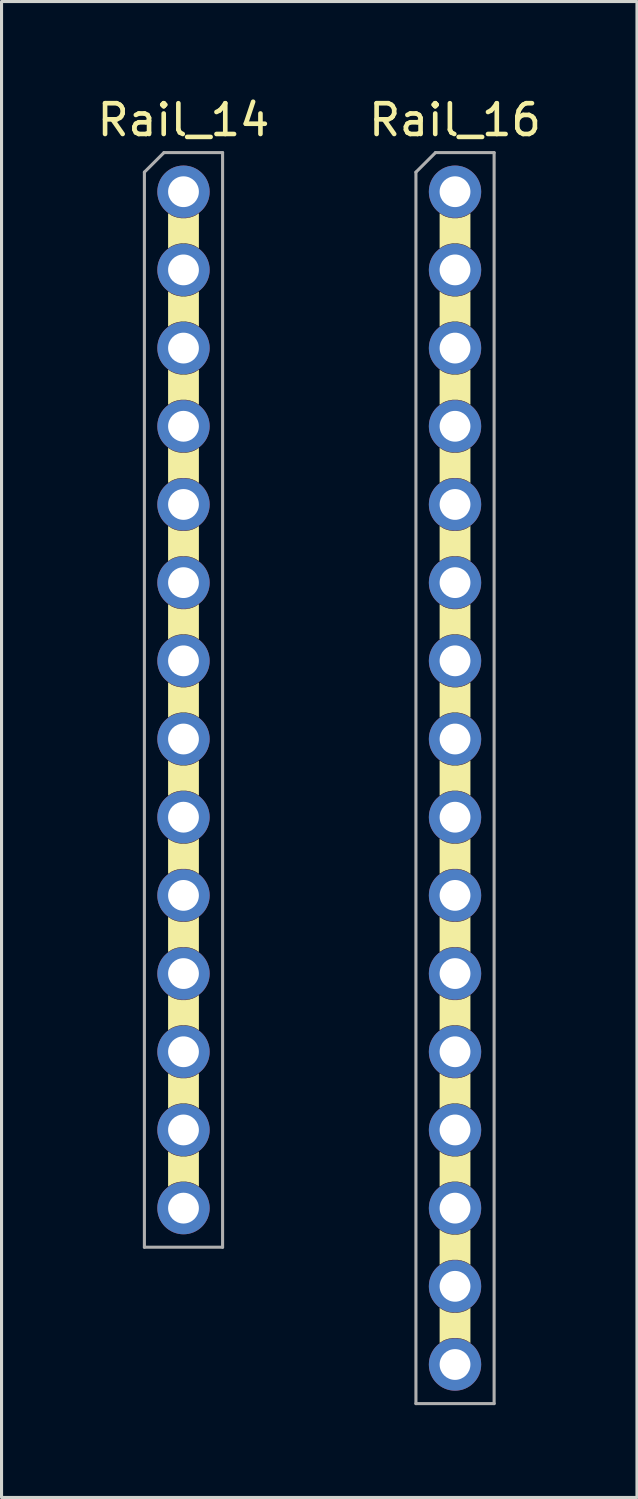
<source format=kicad_pcb>
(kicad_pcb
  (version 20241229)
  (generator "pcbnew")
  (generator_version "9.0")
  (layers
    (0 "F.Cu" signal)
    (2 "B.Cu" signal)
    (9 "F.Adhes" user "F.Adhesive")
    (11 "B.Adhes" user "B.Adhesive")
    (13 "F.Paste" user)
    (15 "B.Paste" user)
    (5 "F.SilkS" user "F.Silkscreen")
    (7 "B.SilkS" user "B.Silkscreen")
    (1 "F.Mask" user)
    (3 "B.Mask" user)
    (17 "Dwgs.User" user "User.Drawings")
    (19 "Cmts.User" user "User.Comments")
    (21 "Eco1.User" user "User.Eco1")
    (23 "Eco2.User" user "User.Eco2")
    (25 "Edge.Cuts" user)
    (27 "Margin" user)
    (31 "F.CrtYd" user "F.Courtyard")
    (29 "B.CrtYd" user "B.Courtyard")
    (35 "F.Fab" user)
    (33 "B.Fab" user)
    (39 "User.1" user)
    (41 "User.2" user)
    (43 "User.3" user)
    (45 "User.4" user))
  (footprint "Rail_14"
    (layer "F.Cu")
    (at 2.911 3.178)
    (property "Reference" "Rail_14" (at 0 -2.33 0) (layer "F.SilkS") (effects (font (size 1 1) (thickness 0.15))))
    (attr through_hole)
    (fp_poly (pts (xy 0.5 1.84) (xy 0.39 1.77) (xy 0.3 1.73) (xy 0.2 1.7) (xy 0.08 1.68) (xy 0 1.68) (xy -0.08 1.68) (xy -0.2 1.7) (xy -0.3 1.73) (xy -0.39 1.77) (xy -0.5 1.84) (xy -0.5 0.7) (xy -0.39 0.77) (xy -0.3 0.81) (xy -0.2 0.84) (xy -0.08 0.86) (xy 0 0.86) (xy 0.08 0.86) (xy 0.2 0.84) (xy 0.3 0.81) (xy 0.39 0.77) (xy 0.5 0.7)) (stroke (width 0) (type solid)) (fill yes) (layer "F.SilkS"))
    (fp_poly (pts (xy 0.5 4.38) (xy 0.39 4.31) (xy 0.3 4.27) (xy 0.2 4.24) (xy 0.08 4.22) (xy 0 4.22) (xy -0.08 4.22) (xy -0.2 4.24) (xy -0.3 4.27) (xy -0.39 4.31) (xy -0.5 4.38) (xy -0.5 3.24) (xy -0.39 3.31) (xy -0.3 3.35) (xy -0.2 3.38) (xy -0.08 3.4) (xy 0 3.4) (xy 0.08 3.4) (xy 0.2 3.38) (xy 0.3 3.35) (xy 0.39 3.31) (xy 0.5 3.24)) (stroke (width 0) (type solid)) (fill yes) (layer "F.SilkS"))
    (fp_poly (pts (xy 0.5 6.92) (xy 0.39 6.85) (xy 0.3 6.81) (xy 0.2 6.78) (xy 0.08 6.76) (xy 0 6.76) (xy -0.08 6.76) (xy -0.2 6.78) (xy -0.3 6.81) (xy -0.39 6.85) (xy -0.5 6.92) (xy -0.5 5.78) (xy -0.39 5.85) (xy -0.3 5.89) (xy -0.2 5.92) (xy -0.08 5.94) (xy 0 5.94) (xy 0.08 5.94) (xy 0.2 5.92) (xy 0.3 5.89) (xy 0.39 5.85) (xy 0.5 5.78)) (stroke (width 0) (type solid)) (fill yes) (layer "F.SilkS"))
    (fp_poly (pts (xy 0.5 9.46) (xy 0.39 9.39) (xy 0.3 9.35) (xy 0.2 9.32) (xy 0.08 9.3) (xy 0 9.3) (xy -0.08 9.3) (xy -0.2 9.32) (xy -0.3 9.35) (xy -0.39 9.39) (xy -0.5 9.46) (xy -0.5 8.32) (xy -0.39 8.39) (xy -0.3 8.43) (xy -0.2 8.46) (xy -0.08 8.48) (xy 0 8.48) (xy 0.08 8.48) (xy 0.2 8.46) (xy 0.3 8.43) (xy 0.39 8.39) (xy 0.5 8.32)) (stroke (width 0) (type solid)) (fill yes) (layer "F.SilkS"))
    (fp_poly (pts (xy 0.5 12) (xy 0.39 11.93) (xy 0.3 11.89) (xy 0.2 11.86) (xy 0.08 11.84) (xy 0 11.84) (xy -0.08 11.84) (xy -0.2 11.86) (xy -0.3 11.89) (xy -0.39 11.93) (xy -0.5 12) (xy -0.5 10.86) (xy -0.39 10.93) (xy -0.3 10.97) (xy -0.2 11) (xy -0.08 11.02) (xy 0 11.02) (xy 0.08 11.02) (xy 0.2 11) (xy 0.3 10.97) (xy 0.39 10.93) (xy 0.5 10.86)) (stroke (width 0) (type solid)) (fill yes) (layer "F.SilkS"))
    (fp_poly (pts (xy 0.5 14.54) (xy 0.39 14.47) (xy 0.3 14.43) (xy 0.2 14.4) (xy 0.08 14.38) (xy 0 14.38) (xy -0.08 14.38) (xy -0.2 14.4) (xy -0.3 14.43) (xy -0.39 14.47) (xy -0.5 14.54) (xy -0.5 13.4) (xy -0.39 13.47) (xy -0.3 13.51) (xy -0.2 13.54) (xy -0.08 13.56) (xy 0 13.56) (xy 0.08 13.56) (xy 0.2 13.54) (xy 0.3 13.51) (xy 0.39 13.47) (xy 0.5 13.4)) (stroke (width 0) (type solid)) (fill yes) (layer "F.SilkS"))
    (fp_poly (pts (xy 0.5 17.08) (xy 0.39 17.01) (xy 0.3 16.97) (xy 0.2 16.94) (xy 0.08 16.92) (xy 0 16.92) (xy -0.08 16.92) (xy -0.2 16.94) (xy -0.3 16.97) (xy -0.39 17.01) (xy -0.5 17.08) (xy -0.5 15.94) (xy -0.39 16.01) (xy -0.3 16.05) (xy -0.2 16.08) (xy -0.08 16.1) (xy 0 16.1) (xy 0.08 16.1) (xy 0.2 16.08) (xy 0.3 16.05) (xy 0.39 16.01) (xy 0.5 15.94)) (stroke (width 0) (type solid)) (fill yes) (layer "F.SilkS"))
    (fp_poly (pts (xy 0.5 19.62) (xy 0.39 19.55) (xy 0.3 19.51) (xy 0.2 19.48) (xy 0.08 19.46) (xy 0 19.46) (xy -0.08 19.46) (xy -0.2 19.48) (xy -0.3 19.51) (xy -0.39 19.55) (xy -0.5 19.62) (xy -0.5 18.48) (xy -0.39 18.55) (xy -0.3 18.59) (xy -0.2 18.62) (xy -0.08 18.64) (xy 0 18.64) (xy 0.08 18.64) (xy 0.2 18.62) (xy 0.3 18.59) (xy 0.39 18.55) (xy 0.5 18.48)) (stroke (width 0) (type solid)) (fill yes) (layer "F.SilkS"))
    (fp_poly (pts (xy 0.5 22.16) (xy 0.39 22.09) (xy 0.3 22.05) (xy 0.2 22.02) (xy 0.08 22) (xy 0 22) (xy -0.08 22) (xy -0.2 22.02) (xy -0.3 22.05) (xy -0.39 22.09) (xy -0.5 22.16) (xy -0.5 21.02) (xy -0.39 21.09) (xy -0.3 21.13) (xy -0.2 21.16) (xy -0.08 21.18) (xy 0 21.18) (xy 0.08 21.18) (xy 0.2 21.16) (xy 0.3 21.13) (xy 0.39 21.09) (xy 0.5 21.02)) (stroke (width 0) (type solid)) (fill yes) (layer "F.SilkS"))
    (fp_poly (pts (xy 0.5 24.7) (xy 0.39 24.63) (xy 0.3 24.59) (xy 0.2 24.56) (xy 0.08 24.54) (xy 0 24.54) (xy -0.08 24.54) (xy -0.2 24.56) (xy -0.3 24.59) (xy -0.39 24.63) (xy -0.5 24.7) (xy -0.5 23.56) (xy -0.39 23.63) (xy -0.3 23.67) (xy -0.2 23.7) (xy -0.08 23.72) (xy 0 23.72) (xy 0.08 23.72) (xy 0.2 23.7) (xy 0.3 23.67) (xy 0.39 23.63) (xy 0.5 23.56)) (stroke (width 0) (type solid)) (fill yes) (layer "F.SilkS"))
    (fp_poly (pts (xy 0.5 27.24) (xy 0.39 27.17) (xy 0.3 27.13) (xy 0.2 27.1) (xy 0.08 27.08) (xy 0 27.08) (xy -0.08 27.08) (xy -0.2 27.1) (xy -0.3 27.13) (xy -0.39 27.17) (xy -0.5 27.24) (xy -0.5 26.1) (xy -0.39 26.17) (xy -0.3 26.21) (xy -0.2 26.24) (xy -0.08 26.26) (xy 0 26.26) (xy 0.08 26.26) (xy 0.2 26.24) (xy 0.3 26.21) (xy 0.39 26.17) (xy 0.5 26.1)) (stroke (width 0) (type solid)) (fill yes) (layer "F.SilkS"))
    (fp_poly (pts (xy 0.5 29.78) (xy 0.39 29.71) (xy 0.3 29.67) (xy 0.2 29.64) (xy 0.08 29.62) (xy 0 29.62) (xy -0.08 29.62) (xy -0.2 29.64) (xy -0.3 29.67) (xy -0.39 29.71) (xy -0.5 29.78) (xy -0.5 28.64) (xy -0.39 28.71) (xy -0.3 28.75) (xy -0.2 28.78) (xy -0.08 28.8) (xy 0 28.8) (xy 0.08 28.8) (xy 0.2 28.78) (xy 0.3 28.75) (xy 0.39 28.71) (xy 0.5 28.64)) (stroke (width 0) (type solid)) (fill yes) (layer "F.SilkS"))
    (fp_poly (pts (xy 0.5 32.32) (xy 0.39 32.25) (xy 0.3 32.21) (xy 0.2 32.18) (xy 0.08 32.16) (xy 0 32.16) (xy -0.08 32.16) (xy -0.2 32.18) (xy -0.3 32.21) (xy -0.39 32.25) (xy -0.5 32.32) (xy -0.5 31.18) (xy -0.39 31.25) (xy -0.3 31.29) (xy -0.2 31.32) (xy -0.08 31.34) (xy 0 31.34) (xy 0.08 31.34) (xy 0.2 31.32) (xy 0.3 31.29) (xy 0.39 31.25) (xy 0.5 31.18)) (stroke (width 0) (type solid)) (fill yes) (layer "F.SilkS"))
    (fp_line (start -1.27 -0.635) (end -0.635 -1.27) (stroke (width 0.1) (type solid)) (layer "F.Fab"))
    (fp_line (start -1.27 34.29) (end -1.27 -0.635) (stroke (width 0.1) (type solid)) (layer "F.Fab"))
    (fp_line (start -1.27 34.29) (end 1.27 34.29) (stroke (width 0.1) (type solid)) (layer "F.Fab"))
    (fp_line (start -0.635 -1.27) (end 1.27 -1.27) (stroke (width 0.1) (type solid)) (layer "F.Fab"))
    (fp_line (start 1.27 -1.27) (end 1.27 34.29) (stroke (width 0.1) (type solid)) (layer "F.Fab"))
    (pad "1" thru_hole circle (at 0 0) (size 1.7 1.7) (drill 1) (layers "*.Cu" "*.Mask"))
    (pad "2" thru_hole oval (at 0 2.54) (size 1.7 1.7) (drill 1) (layers "*.Cu" "*.Mask"))
    (pad "3" thru_hole oval (at 0 5.08) (size 1.7 1.7) (drill 1) (layers "*.Cu" "*.Mask"))
    (pad "4" thru_hole oval (at 0 7.62) (size 1.7 1.7) (drill 1) (layers "*.Cu" "*.Mask"))
    (pad "5" thru_hole oval (at 0 10.16) (size 1.7 1.7) (drill 1) (layers "*.Cu" "*.Mask"))
    (pad "6" thru_hole oval (at 0 12.7) (size 1.7 1.7) (drill 1) (layers "*.Cu" "*.Mask"))
    (pad "7" thru_hole oval (at 0 15.24) (size 1.7 1.7) (drill 1) (layers "*.Cu" "*.Mask"))
    (pad "8" thru_hole oval (at 0 17.78) (size 1.7 1.7) (drill 1) (layers "*.Cu" "*.Mask"))
    (pad "9" thru_hole oval (at 0 20.32) (size 1.7 1.7) (drill 1) (layers "*.Cu" "*.Mask"))
    (pad "10" thru_hole oval (at 0 22.86) (size 1.7 1.7) (drill 1) (layers "*.Cu" "*.Mask"))
    (pad "11" thru_hole oval (at 0 25.4) (size 1.7 1.7) (drill 1) (layers "*.Cu" "*.Mask"))
    (pad "12" thru_hole oval (at 0 27.94) (size 1.7 1.7) (drill 1) (layers "*.Cu" "*.Mask"))
    (pad "13" thru_hole oval (at 0 30.48) (size 1.7 1.7) (drill 1) (layers "*.Cu" "*.Mask"))
    (pad "14" thru_hole oval (at 0 33.02) (size 1.7 1.7) (drill 1) (layers "*.Cu" "*.Mask")))
  (footprint "Rail_16"
    (layer "F.Cu")
    (at 11.732 3.178)
    (property "Reference" "Rail_16" (at 0 -2.33 0) (layer "F.SilkS") (effects (font (size 1 1) (thickness 0.15))))
    (attr through_hole)
    (fp_poly (pts (xy 0.5 1.84) (xy 0.39 1.77) (xy 0.3 1.73) (xy 0.2 1.7) (xy 0.08 1.68) (xy 0 1.68) (xy -0.08 1.68) (xy -0.2 1.7) (xy -0.3 1.73) (xy -0.39 1.77) (xy -0.5 1.84) (xy -0.5 0.7) (xy -0.39 0.77) (xy -0.3 0.81) (xy -0.2 0.84) (xy -0.08 0.86) (xy 0 0.86) (xy 0.08 0.86) (xy 0.2 0.84) (xy 0.3 0.81) (xy 0.39 0.77) (xy 0.5 0.7)) (stroke (width 0) (type solid)) (fill yes) (layer "F.SilkS"))
    (fp_poly (pts (xy 0.5 4.38) (xy 0.39 4.31) (xy 0.3 4.27) (xy 0.2 4.24) (xy 0.08 4.22) (xy 0 4.22) (xy -0.08 4.22) (xy -0.2 4.24) (xy -0.3 4.27) (xy -0.39 4.31) (xy -0.5 4.38) (xy -0.5 3.24) (xy -0.39 3.31) (xy -0.3 3.35) (xy -0.2 3.38) (xy -0.08 3.4) (xy 0 3.4) (xy 0.08 3.4) (xy 0.2 3.38) (xy 0.3 3.35) (xy 0.39 3.31) (xy 0.5 3.24)) (stroke (width 0) (type solid)) (fill yes) (layer "F.SilkS"))
    (fp_poly (pts (xy 0.5 6.92) (xy 0.39 6.85) (xy 0.3 6.81) (xy 0.2 6.78) (xy 0.08 6.76) (xy 0 6.76) (xy -0.08 6.76) (xy -0.2 6.78) (xy -0.3 6.81) (xy -0.39 6.85) (xy -0.5 6.92) (xy -0.5 5.78) (xy -0.39 5.85) (xy -0.3 5.89) (xy -0.2 5.92) (xy -0.08 5.94) (xy 0 5.94) (xy 0.08 5.94) (xy 0.2 5.92) (xy 0.3 5.89) (xy 0.39 5.85) (xy 0.5 5.78)) (stroke (width 0) (type solid)) (fill yes) (layer "F.SilkS"))
    (fp_poly (pts (xy 0.5 9.46) (xy 0.39 9.39) (xy 0.3 9.35) (xy 0.2 9.32) (xy 0.08 9.3) (xy 0 9.3) (xy -0.08 9.3) (xy -0.2 9.32) (xy -0.3 9.35) (xy -0.39 9.39) (xy -0.5 9.46) (xy -0.5 8.32) (xy -0.39 8.39) (xy -0.3 8.43) (xy -0.2 8.46) (xy -0.08 8.48) (xy 0 8.48) (xy 0.08 8.48) (xy 0.2 8.46) (xy 0.3 8.43) (xy 0.39 8.39) (xy 0.5 8.32)) (stroke (width 0) (type solid)) (fill yes) (layer "F.SilkS"))
    (fp_poly (pts (xy 0.5 12) (xy 0.39 11.93) (xy 0.3 11.89) (xy 0.2 11.86) (xy 0.08 11.84) (xy 0 11.84) (xy -0.08 11.84) (xy -0.2 11.86) (xy -0.3 11.89) (xy -0.39 11.93) (xy -0.5 12) (xy -0.5 10.86) (xy -0.39 10.93) (xy -0.3 10.97) (xy -0.2 11) (xy -0.08 11.02) (xy 0 11.02) (xy 0.08 11.02) (xy 0.2 11) (xy 0.3 10.97) (xy 0.39 10.93) (xy 0.5 10.86)) (stroke (width 0) (type solid)) (fill yes) (layer "F.SilkS"))
    (fp_poly (pts (xy 0.5 14.54) (xy 0.39 14.47) (xy 0.3 14.43) (xy 0.2 14.4) (xy 0.08 14.38) (xy 0 14.38) (xy -0.08 14.38) (xy -0.2 14.4) (xy -0.3 14.43) (xy -0.39 14.47) (xy -0.5 14.54) (xy -0.5 13.4) (xy -0.39 13.47) (xy -0.3 13.51) (xy -0.2 13.54) (xy -0.08 13.56) (xy 0 13.56) (xy 0.08 13.56) (xy 0.2 13.54) (xy 0.3 13.51) (xy 0.39 13.47) (xy 0.5 13.4)) (stroke (width 0) (type solid)) (fill yes) (layer "F.SilkS"))
    (fp_poly (pts (xy 0.5 17.08) (xy 0.39 17.01) (xy 0.3 16.97) (xy 0.2 16.94) (xy 0.08 16.92) (xy 0 16.92) (xy -0.08 16.92) (xy -0.2 16.94) (xy -0.3 16.97) (xy -0.39 17.01) (xy -0.5 17.08) (xy -0.5 15.94) (xy -0.39 16.01) (xy -0.3 16.05) (xy -0.2 16.08) (xy -0.08 16.1) (xy 0 16.1) (xy 0.08 16.1) (xy 0.2 16.08) (xy 0.3 16.05) (xy 0.39 16.01) (xy 0.5 15.94)) (stroke (width 0) (type solid)) (fill yes) (layer "F.SilkS"))
    (fp_poly (pts (xy 0.5 19.62) (xy 0.39 19.55) (xy 0.3 19.51) (xy 0.2 19.48) (xy 0.08 19.46) (xy 0 19.46) (xy -0.08 19.46) (xy -0.2 19.48) (xy -0.3 19.51) (xy -0.39 19.55) (xy -0.5 19.62) (xy -0.5 18.48) (xy -0.39 18.55) (xy -0.3 18.59) (xy -0.2 18.62) (xy -0.08 18.64) (xy 0 18.64) (xy 0.08 18.64) (xy 0.2 18.62) (xy 0.3 18.59) (xy 0.39 18.55) (xy 0.5 18.48)) (stroke (width 0) (type solid)) (fill yes) (layer "F.SilkS"))
    (fp_poly (pts (xy 0.5 22.16) (xy 0.39 22.09) (xy 0.3 22.05) (xy 0.2 22.02) (xy 0.08 22) (xy 0 22) (xy -0.08 22) (xy -0.2 22.02) (xy -0.3 22.05) (xy -0.39 22.09) (xy -0.5 22.16) (xy -0.5 21.02) (xy -0.39 21.09) (xy -0.3 21.13) (xy -0.2 21.16) (xy -0.08 21.18) (xy 0 21.18) (xy 0.08 21.18) (xy 0.2 21.16) (xy 0.3 21.13) (xy 0.39 21.09) (xy 0.5 21.02)) (stroke (width 0) (type solid)) (fill yes) (layer "F.SilkS"))
    (fp_poly (pts (xy 0.5 24.7) (xy 0.39 24.63) (xy 0.3 24.59) (xy 0.2 24.56) (xy 0.08 24.54) (xy 0 24.54) (xy -0.08 24.54) (xy -0.2 24.56) (xy -0.3 24.59) (xy -0.39 24.63) (xy -0.5 24.7) (xy -0.5 23.56) (xy -0.39 23.63) (xy -0.3 23.67) (xy -0.2 23.7) (xy -0.08 23.72) (xy 0 23.72) (xy 0.08 23.72) (xy 0.2 23.7) (xy 0.3 23.67) (xy 0.39 23.63) (xy 0.5 23.56)) (stroke (width 0) (type solid)) (fill yes) (layer "F.SilkS"))
    (fp_poly (pts (xy 0.5 27.24) (xy 0.39 27.17) (xy 0.3 27.13) (xy 0.2 27.1) (xy 0.08 27.08) (xy 0 27.08) (xy -0.08 27.08) (xy -0.2 27.1) (xy -0.3 27.13) (xy -0.39 27.17) (xy -0.5 27.24) (xy -0.5 26.1) (xy -0.39 26.17) (xy -0.3 26.21) (xy -0.2 26.24) (xy -0.08 26.26) (xy 0 26.26) (xy 0.08 26.26) (xy 0.2 26.24) (xy 0.3 26.21) (xy 0.39 26.17) (xy 0.5 26.1)) (stroke (width 0) (type solid)) (fill yes) (layer "F.SilkS"))
    (fp_poly (pts (xy 0.5 29.78) (xy 0.39 29.71) (xy 0.3 29.67) (xy 0.2 29.64) (xy 0.08 29.62) (xy 0 29.62) (xy -0.08 29.62) (xy -0.2 29.64) (xy -0.3 29.67) (xy -0.39 29.71) (xy -0.5 29.78) (xy -0.5 28.64) (xy -0.39 28.71) (xy -0.3 28.75) (xy -0.2 28.78) (xy -0.08 28.8) (xy 0 28.8) (xy 0.08 28.8) (xy 0.2 28.78) (xy 0.3 28.75) (xy 0.39 28.71) (xy 0.5 28.64)) (stroke (width 0) (type solid)) (fill yes) (layer "F.SilkS"))
    (fp_poly (pts (xy 0.5 32.32) (xy 0.39 32.25) (xy 0.3 32.21) (xy 0.2 32.18) (xy 0.08 32.16) (xy 0 32.16) (xy -0.08 32.16) (xy -0.2 32.18) (xy -0.3 32.21) (xy -0.39 32.25) (xy -0.5 32.32) (xy -0.5 31.18) (xy -0.39 31.25) (xy -0.3 31.29) (xy -0.2 31.32) (xy -0.08 31.34) (xy 0 31.34) (xy 0.08 31.34) (xy 0.2 31.32) (xy 0.3 31.29) (xy 0.39 31.25) (xy 0.5 31.18)) (stroke (width 0) (type solid)) (fill yes) (layer "F.SilkS"))
    (fp_poly (pts (xy 0.5 34.86) (xy 0.39 34.79) (xy 0.3 34.75) (xy 0.2 34.72) (xy 0.08 34.7) (xy 0 34.7) (xy -0.08 34.7) (xy -0.2 34.72) (xy -0.3 34.75) (xy -0.39 34.79) (xy -0.5 34.86) (xy -0.5 33.72) (xy -0.39 33.79) (xy -0.3 33.83) (xy -0.2 33.86) (xy -0.08 33.88) (xy 0 33.88) (xy 0.08 33.88) (xy 0.2 33.86) (xy 0.3 33.83) (xy 0.39 33.79) (xy 0.5 33.72)) (stroke (width 0) (type solid)) (fill yes) (layer "F.SilkS"))
    (fp_poly (pts (xy 0.5 37.4) (xy 0.39 37.33) (xy 0.3 37.29) (xy 0.2 37.26) (xy 0.08 37.24) (xy 0 37.24) (xy -0.08 37.24) (xy -0.2 37.26) (xy -0.3 37.29) (xy -0.39 37.33) (xy -0.5 37.4) (xy -0.5 36.26) (xy -0.39 36.33) (xy -0.3 36.37) (xy -0.2 36.4) (xy -0.08 36.42) (xy 0 36.42) (xy 0.08 36.42) (xy 0.2 36.4) (xy 0.3 36.37) (xy 0.39 36.33) (xy 0.5 36.26)) (stroke (width 0) (type solid)) (fill yes) (layer "F.SilkS"))
    (fp_line (start -1.27 -0.635) (end -0.635 -1.27) (stroke (width 0.1) (type solid)) (layer "F.Fab"))
    (fp_line (start -1.27 39.37) (end -1.27 -0.635) (stroke (width 0.1) (type solid)) (layer "F.Fab"))
    (fp_line (start -0.635 -1.27) (end 1.27 -1.27) (stroke (width 0.1) (type solid)) (layer "F.Fab"))
    (fp_line (start 1.27 -1.27) (end 1.27 39.37) (stroke (width 0.1) (type solid)) (layer "F.Fab"))
    (fp_line (start 1.27 39.37) (end -1.27 39.37) (stroke (width 0.1) (type solid)) (layer "F.Fab"))
    (pad "1" thru_hole circle (at 0 0) (size 1.7 1.7) (drill 1) (layers "*.Cu" "*.Mask"))
    (pad "2" thru_hole oval (at 0 2.54) (size 1.7 1.7) (drill 1) (layers "*.Cu" "*.Mask"))
    (pad "3" thru_hole oval (at 0 5.08) (size 1.7 1.7) (drill 1) (layers "*.Cu" "*.Mask"))
    (pad "4" thru_hole oval (at 0 7.62) (size 1.7 1.7) (drill 1) (layers "*.Cu" "*.Mask"))
    (pad "5" thru_hole oval (at 0 10.16) (size 1.7 1.7) (drill 1) (layers "*.Cu" "*.Mask"))
    (pad "6" thru_hole oval (at 0 12.7) (size 1.7 1.7) (drill 1) (layers "*.Cu" "*.Mask"))
    (pad "7" thru_hole oval (at 0 15.24) (size 1.7 1.7) (drill 1) (layers "*.Cu" "*.Mask"))
    (pad "8" thru_hole oval (at 0 17.78) (size 1.7 1.7) (drill 1) (layers "*.Cu" "*.Mask"))
    (pad "9" thru_hole oval (at 0 20.32) (size 1.7 1.7) (drill 1) (layers "*.Cu" "*.Mask"))
    (pad "10" thru_hole oval (at 0 22.86) (size 1.7 1.7) (drill 1) (layers "*.Cu" "*.Mask"))
    (pad "11" thru_hole oval (at 0 25.4) (size 1.7 1.7) (drill 1) (layers "*.Cu" "*.Mask"))
    (pad "12" thru_hole oval (at 0 27.94) (size 1.7 1.7) (drill 1) (layers "*.Cu" "*.Mask"))
    (pad "13" thru_hole oval (at 0 30.48) (size 1.7 1.7) (drill 1) (layers "*.Cu" "*.Mask"))
    (pad "14" thru_hole oval (at 0 33.02) (size 1.7 1.7) (drill 1) (layers "*.Cu" "*.Mask"))
    (pad "15" thru_hole oval (at 0 35.56) (size 1.7 1.7) (drill 1) (layers "*.Cu" "*.Mask"))
    (pad "16" thru_hole oval (at 0 38.1) (size 1.7 1.7) (drill 1) (layers "*.Cu" "*.Mask")))
  (gr_rect
    (start -3 -3)
    (end 17.643 45.598)
    (stroke (width 0.1) (type default))
    (fill no)
    (layer "Edge.Cuts")))
</source>
